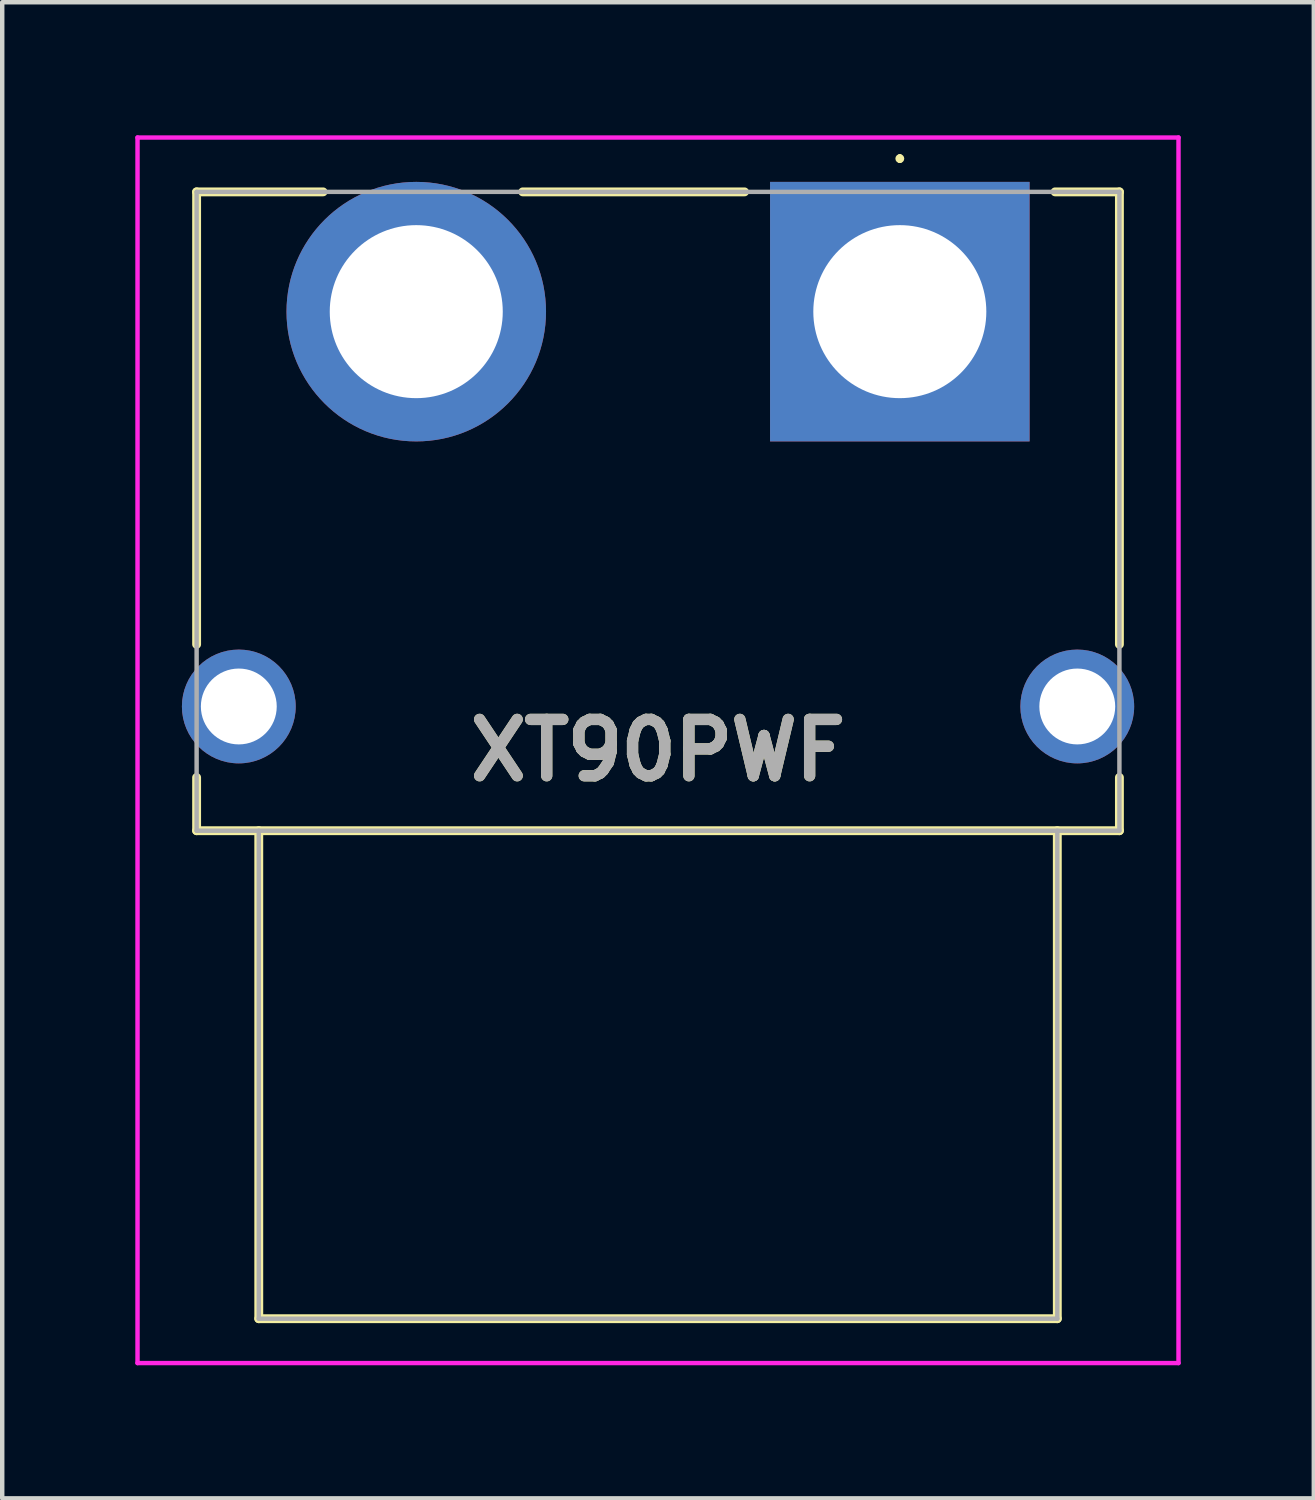
<source format=kicad_pcb>
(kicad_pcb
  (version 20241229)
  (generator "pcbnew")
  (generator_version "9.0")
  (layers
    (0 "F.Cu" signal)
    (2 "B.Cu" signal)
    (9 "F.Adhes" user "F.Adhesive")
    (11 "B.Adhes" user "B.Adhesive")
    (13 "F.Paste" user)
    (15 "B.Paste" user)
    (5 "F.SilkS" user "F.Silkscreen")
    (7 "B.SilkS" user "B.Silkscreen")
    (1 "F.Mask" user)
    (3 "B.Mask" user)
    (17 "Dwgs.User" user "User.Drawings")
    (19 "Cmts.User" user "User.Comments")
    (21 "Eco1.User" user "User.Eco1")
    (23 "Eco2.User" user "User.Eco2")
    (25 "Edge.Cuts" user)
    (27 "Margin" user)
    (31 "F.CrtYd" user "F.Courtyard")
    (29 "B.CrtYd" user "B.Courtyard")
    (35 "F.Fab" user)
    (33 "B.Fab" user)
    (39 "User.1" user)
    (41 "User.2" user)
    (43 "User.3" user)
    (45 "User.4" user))
  (footprint "XT90PWF"
    (layer "F.Cu")
    (at 17.233 3.975)
    (property "Reference" "XT90PWF" (at -5.45 9.887 0) (layer "F.SilkS") (effects (font (size 1.27 1.27) (thickness 0.254))))
    (attr through_hole)
    (fp_line (start -15.851 -2.7) (end -15.851 7.5) (stroke (width 0.2) (type solid)) (layer "F.SilkS"))
    (fp_line (start -15.851 11.7) (end -15.851 10.5) (stroke (width 0.2) (type solid)) (layer "F.SilkS"))
    (fp_line (start -14.45 11.7) (end -14.45 22.7) (stroke (width 0.2) (type solid)) (layer "F.SilkS"))
    (fp_line (start -14.45 22.7) (end 3.55 22.7) (stroke (width 0.2) (type solid)) (layer "F.SilkS"))
    (fp_line (start -13 -2.7) (end -15.851 -2.7) (stroke (width 0.2) (type solid)) (layer "F.SilkS"))
    (fp_line (start -3.5 -2.7) (end -8.5 -2.7) (stroke (width 0.2) (type solid)) (layer "F.SilkS"))
    (fp_line (start 0 -3.5) (end 0 -3.5) (stroke (width 0.1) (type solid)) (layer "F.SilkS"))
    (fp_line (start 0 -3.4) (end 0 -3.4) (stroke (width 0.1) (type solid)) (layer "F.SilkS"))
    (fp_line (start 3.5 -2.7) (end 4.95 -2.7) (stroke (width 0.2) (type solid)) (layer "F.SilkS"))
    (fp_line (start 3.55 22.7) (end 3.55 11.7) (stroke (width 0.2) (type solid)) (layer "F.SilkS"))
    (fp_line (start 4.95 -2.7) (end 4.95 7.5) (stroke (width 0.2) (type solid)) (layer "F.SilkS"))
    (fp_line (start 4.95 10.5) (end 4.95 11.7) (stroke (width 0.2) (type solid)) (layer "F.SilkS"))
    (fp_line (start 4.95 11.7) (end -15.851 11.7) (stroke (width 0.2) (type solid)) (layer "F.SilkS"))
    (fp_arc (start 0 -3.5) (mid 0.05 -3.45) (end 0 -3.4) (stroke (width 0.1) (type solid)) (layer "F.SilkS"))
    (fp_arc (start 0 -3.4) (mid -0.05 -3.45) (end 0 -3.5) (stroke (width 0.1) (type solid)) (layer "F.SilkS"))
    (fp_line (start -17.183 -3.925) (end -17.183 23.7) (stroke (width 0.1) (type solid)) (layer "F.CrtYd"))
    (fp_line (start -17.183 23.7) (end 6.282 23.7) (stroke (width 0.1) (type solid)) (layer "F.CrtYd"))
    (fp_line (start 6.282 -3.925) (end -17.183 -3.925) (stroke (width 0.1) (type solid)) (layer "F.CrtYd"))
    (fp_line (start 6.282 23.7) (end 6.282 -3.925) (stroke (width 0.1) (type solid)) (layer "F.CrtYd"))
    (fp_line (start -15.851 -2.7) (end -15.851 11.7) (stroke (width 0.1) (type solid)) (layer "F.Fab"))
    (fp_line (start -15.851 11.7) (end 4.95 11.7) (stroke (width 0.1) (type solid)) (layer "F.Fab"))
    (fp_line (start -14.45 22.7) (end -14.45 11.7) (stroke (width 0.1) (type solid)) (layer "F.Fab"))
    (fp_line (start 3.55 11.7) (end 3.55 22.7) (stroke (width 0.1) (type solid)) (layer "F.Fab"))
    (fp_line (start 3.55 22.7) (end -14.45 22.7) (stroke (width 0.1) (type solid)) (layer "F.Fab"))
    (fp_line (start 4.95 -2.7) (end -15.851 -2.7) (stroke (width 0.1) (type solid)) (layer "F.Fab"))
    (fp_line (start 4.95 11.7) (end 4.95 -2.7) (stroke (width 0.1) (type solid)) (layer "F.Fab"))
    (fp_text user "${REFERENCE}" (at -5.45 9.887 0) (layer "F.Fab") (effects (font (size 1.27 1.27) (thickness 0.254))))
    (pad "1" thru_hole rect (at 0 0) (size 5.85 5.85) (drill 3.9) (layers "*.Cu" "*.Mask"))
    (pad "2" thru_hole circle (at -10.9 0) (size 5.85 5.85) (drill 3.9) (layers "*.Cu" "*.Mask"))
    (pad "3" thru_hole circle (at 4 8.9) (size 2.565 2.565) (drill 1.71) (layers "*.Cu" "*.Mask"))
    (pad "4" thru_hole circle (at -14.9 8.9) (size 2.565 2.565) (drill 1.71) (layers "*.Cu" "*.Mask")))
  (gr_rect
    (start -3 -3)
    (end 26.565 30.725)
    (stroke (width 0.1) (type default))
    (fill no)
    (layer "Edge.Cuts")))
</source>
